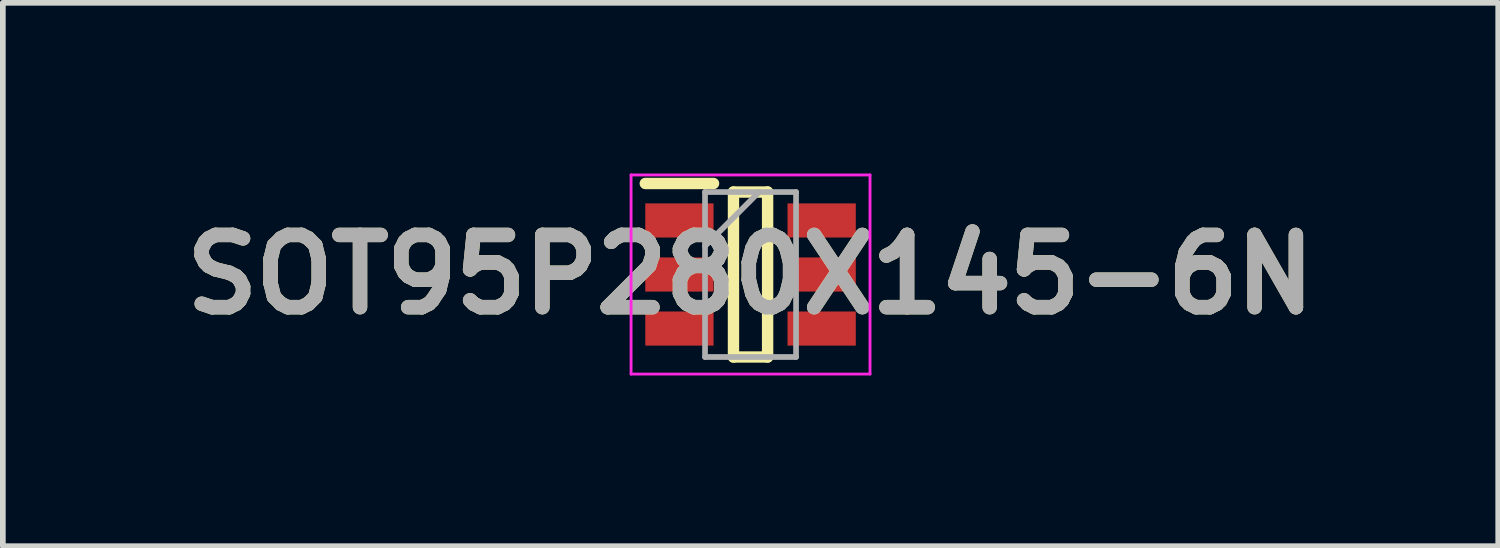
<source format=kicad_pcb>
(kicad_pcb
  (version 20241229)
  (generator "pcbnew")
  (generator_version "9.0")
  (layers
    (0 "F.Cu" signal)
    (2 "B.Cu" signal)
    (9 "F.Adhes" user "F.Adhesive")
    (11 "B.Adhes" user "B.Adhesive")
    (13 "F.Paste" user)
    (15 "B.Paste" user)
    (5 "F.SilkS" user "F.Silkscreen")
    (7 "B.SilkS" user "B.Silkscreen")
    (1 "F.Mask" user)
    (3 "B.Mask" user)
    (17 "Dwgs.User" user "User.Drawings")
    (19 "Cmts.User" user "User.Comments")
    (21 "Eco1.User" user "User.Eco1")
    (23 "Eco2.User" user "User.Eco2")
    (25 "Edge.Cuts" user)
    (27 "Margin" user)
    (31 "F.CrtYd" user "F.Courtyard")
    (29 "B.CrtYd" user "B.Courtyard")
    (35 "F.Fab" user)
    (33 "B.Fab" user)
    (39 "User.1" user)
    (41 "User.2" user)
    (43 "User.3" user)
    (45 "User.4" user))
  (footprint "SOT95P280X145-6N"
    (layer "F.Cu")
    (at 10.142 1.775)
    (property "Reference" "SOT95P280X145-6N" (at 0 0 0) (layer "F.SilkS") (effects (font (size 1.27 1.27) (thickness 0.254))))
    (attr smd)
    (fp_line (start -1.85 -1.6) (end -0.65 -1.6) (stroke (width 0.2) (type solid)) (layer "F.SilkS"))
    (fp_line (start -0.3 -1.45) (end 0.3 -1.45) (stroke (width 0.2) (type solid)) (layer "F.SilkS"))
    (fp_line (start -0.3 1.45) (end -0.3 -1.45) (stroke (width 0.2) (type solid)) (layer "F.SilkS"))
    (fp_line (start 0.3 -1.45) (end 0.3 1.45) (stroke (width 0.2) (type solid)) (layer "F.SilkS"))
    (fp_line (start 0.3 1.45) (end -0.3 1.45) (stroke (width 0.2) (type solid)) (layer "F.SilkS"))
    (fp_line (start -2.1 -1.75) (end 2.1 -1.75) (stroke (width 0.05) (type solid)) (layer "F.CrtYd"))
    (fp_line (start -2.1 1.75) (end -2.1 -1.75) (stroke (width 0.05) (type solid)) (layer "F.CrtYd"))
    (fp_line (start 2.1 -1.75) (end 2.1 1.75) (stroke (width 0.05) (type solid)) (layer "F.CrtYd"))
    (fp_line (start 2.1 1.75) (end -2.1 1.75) (stroke (width 0.05) (type solid)) (layer "F.CrtYd"))
    (fp_line (start -0.8 -1.45) (end 0.8 -1.45) (stroke (width 0.1) (type solid)) (layer "F.Fab"))
    (fp_line (start -0.8 -0.5) (end 0.15 -1.45) (stroke (width 0.1) (type solid)) (layer "F.Fab"))
    (fp_line (start -0.8 1.45) (end -0.8 -1.45) (stroke (width 0.1) (type solid)) (layer "F.Fab"))
    (fp_line (start 0.8 -1.45) (end 0.8 1.45) (stroke (width 0.1) (type solid)) (layer "F.Fab"))
    (fp_line (start 0.8 1.45) (end -0.8 1.45) (stroke (width 0.1) (type solid)) (layer "F.Fab"))
    (fp_text user "${REFERENCE}" (at 0 0 0) (layer "F.Fab") (effects (font (size 1.27 1.27) (thickness 0.254))))
    (pad "1" smd rect (at -1.25 -0.95 90) (size 0.6 1.2) (layers "F.Cu" "F.Mask" "F.Paste"))
    (pad "2" smd rect (at -1.25 0 90) (size 0.6 1.2) (layers "F.Cu" "F.Mask" "F.Paste"))
    (pad "3" smd rect (at -1.25 0.95 90) (size 0.6 1.2) (layers "F.Cu" "F.Mask" "F.Paste"))
    (pad "4" smd rect (at 1.25 0.95 90) (size 0.6 1.2) (layers "F.Cu" "F.Mask" "F.Paste"))
    (pad "5" smd rect (at 1.25 0 90) (size 0.6 1.2) (layers "F.Cu" "F.Mask" "F.Paste"))
    (pad "6" smd rect (at 1.25 -0.95 90) (size 0.6 1.2) (layers "F.Cu" "F.Mask" "F.Paste")))
  (gr_rect
    (start -3 -3)
    (end 23.284 6.55)
    (stroke (width 0.1) (type default))
    (fill no)
    (layer "Edge.Cuts")))
</source>
